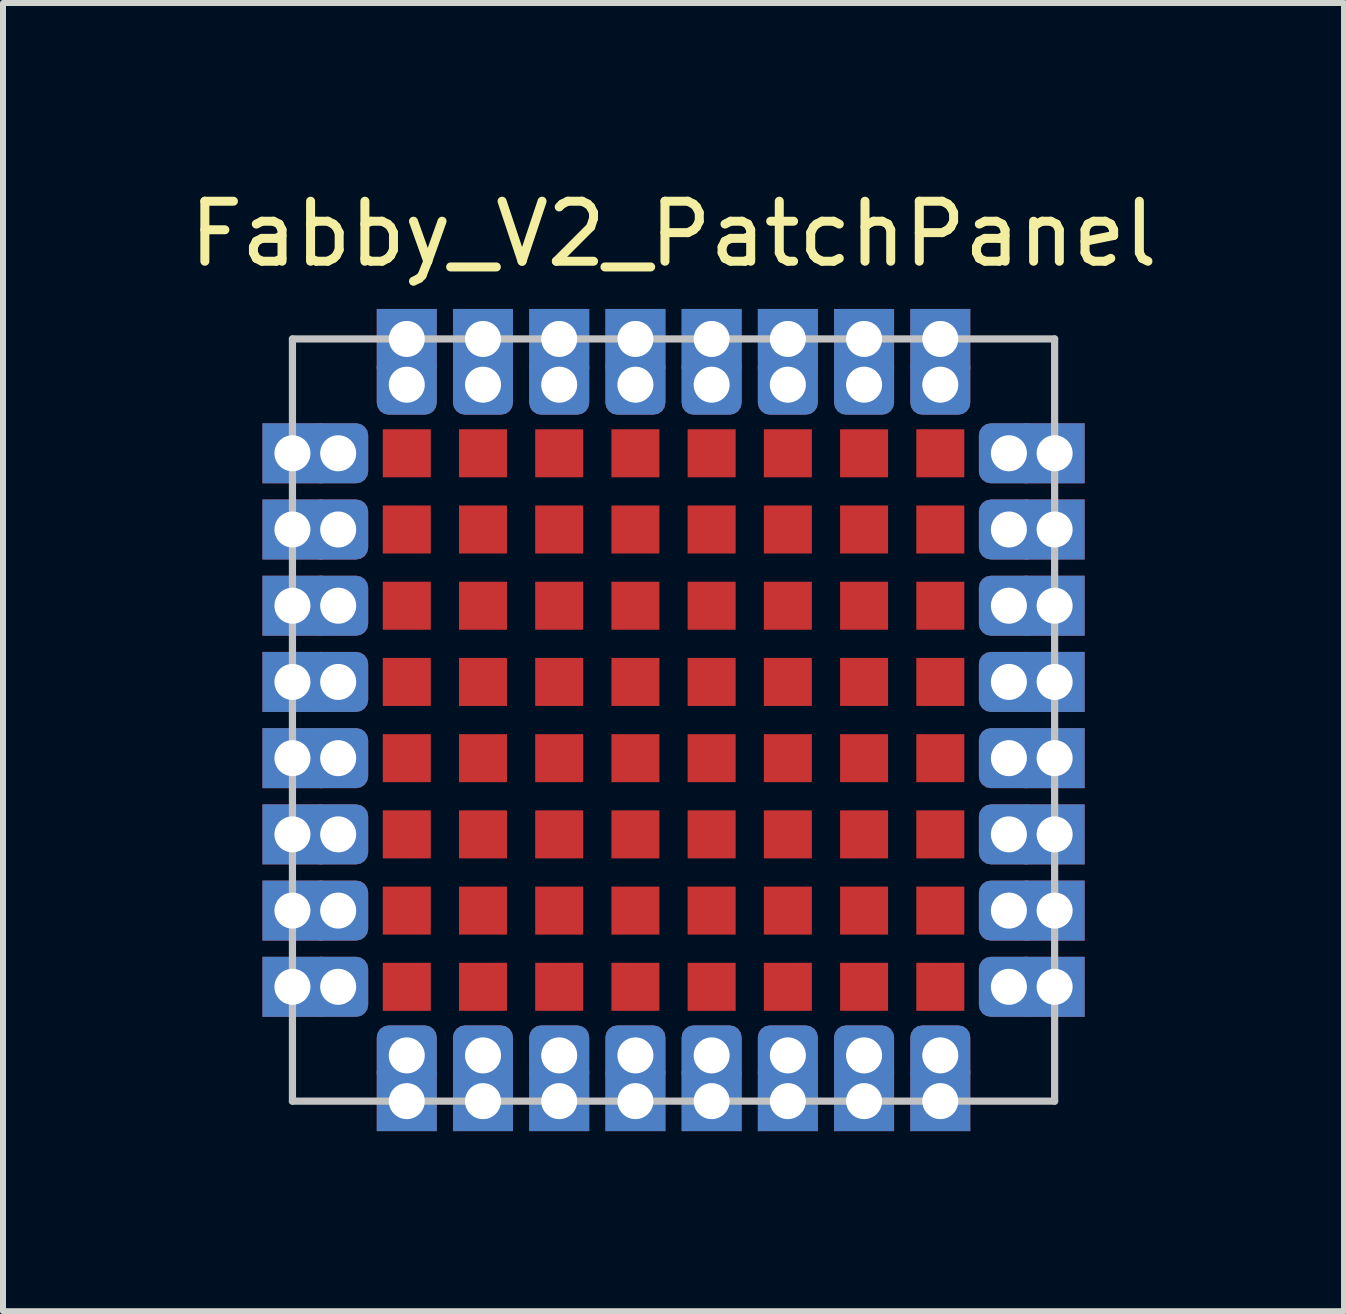
<source format=kicad_pcb>
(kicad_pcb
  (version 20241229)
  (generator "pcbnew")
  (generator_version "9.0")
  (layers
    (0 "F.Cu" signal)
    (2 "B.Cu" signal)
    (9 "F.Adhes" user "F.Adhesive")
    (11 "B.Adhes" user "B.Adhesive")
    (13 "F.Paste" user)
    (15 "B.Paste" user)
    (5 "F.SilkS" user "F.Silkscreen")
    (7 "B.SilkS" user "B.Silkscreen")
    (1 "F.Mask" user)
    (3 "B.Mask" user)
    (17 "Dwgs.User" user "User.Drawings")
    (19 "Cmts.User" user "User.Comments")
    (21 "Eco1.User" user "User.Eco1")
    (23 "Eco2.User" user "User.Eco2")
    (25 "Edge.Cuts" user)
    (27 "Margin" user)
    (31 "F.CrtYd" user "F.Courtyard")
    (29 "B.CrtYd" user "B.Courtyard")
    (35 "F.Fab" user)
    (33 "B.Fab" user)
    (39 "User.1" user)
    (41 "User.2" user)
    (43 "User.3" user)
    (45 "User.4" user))
  (footprint "Fabby_V2_PatchPanel"
    (layer "F.Cu")
    (at 8.173 8.948)
    (property "Reference" "Fabby_V2_PatchPanel" (at 0 -8.1 0) (layer "F.SilkS") (effects (font (size 1 1) (thickness 0.15))))
    (attr through_hole)
    (fp_line (start -6.35 -6.35) (end -6.35 6.35) (stroke (width 0.12) (type solid)) (layer "Dwgs.User"))
    (fp_line (start -6.35 -6.35) (end 6.35 -6.35) (stroke (width 0.12) (type solid)) (layer "Dwgs.User"))
    (fp_line (start 6.35 -6.35) (end 6.35 6.35) (stroke (width 0.12) (type solid)) (layer "Dwgs.User"))
    (fp_line (start 6.35 6.35) (end -6.35 6.35) (stroke (width 0.12) (type solid)) (layer "Dwgs.User"))
    (pad "1" thru_hole rect (at -6.35 -4.445 90) (size 1 1) (drill 0.6) (layers "*.Cu" "*.Mask"))
    (pad "1" thru_hole roundrect (at -5.588 -4.445 270) (size 1 1) (drill 0.6) (layers "*.Cu" "*.Mask") (roundrect_rratio 0.2))
    (pad "2" thru_hole rect (at -6.35 -3.175 90) (size 1 1) (drill 0.6) (layers "*.Cu" "*.Mask"))
    (pad "2" thru_hole roundrect (at -5.588 -3.175 270) (size 1 1) (drill 0.6) (layers "*.Cu" "*.Mask") (roundrect_rratio 0.2))
    (pad "3" thru_hole rect (at -6.35 -1.905 90) (size 1 1) (drill 0.6) (layers "*.Cu" "*.Mask"))
    (pad "3" thru_hole roundrect (at -5.588 -1.905 270) (size 1 1) (drill 0.6) (layers "*.Cu" "*.Mask") (roundrect_rratio 0.2))
    (pad "4" thru_hole rect (at -6.35 -0.635 90) (size 1 1) (drill 0.6) (layers "*.Cu" "*.Mask"))
    (pad "4" thru_hole roundrect (at -5.588 -0.635 270) (size 1 1) (drill 0.6) (layers "*.Cu" "*.Mask") (roundrect_rratio 0.2))
    (pad "5" thru_hole rect (at -6.35 0.635 90) (size 1 1) (drill 0.6) (layers "*.Cu" "*.Mask"))
    (pad "5" thru_hole roundrect (at -5.588 0.635 270) (size 1 1) (drill 0.6) (layers "*.Cu" "*.Mask") (roundrect_rratio 0.2))
    (pad "6" thru_hole rect (at -6.35 1.905 180) (size 1 1) (drill 0.6) (layers "*.Cu" "*.Mask"))
    (pad "6" thru_hole roundrect (at -5.588 1.905 270) (size 1 1) (drill 0.6) (layers "*.Cu" "*.Mask") (roundrect_rratio 0.2))
    (pad "7" thru_hole rect (at -6.35 3.175 90) (size 1 1) (drill 0.6) (layers "*.Cu" "*.Mask"))
    (pad "7" thru_hole roundrect (at -5.588 3.175 270) (size 1 1) (drill 0.6) (layers "*.Cu" "*.Mask") (roundrect_rratio 0.2))
    (pad "8" thru_hole rect (at -6.35 4.445 90) (size 1 1) (drill 0.6) (layers "*.Cu" "*.Mask"))
    (pad "8" thru_hole roundrect (at -5.588 4.445 270) (size 1 1) (drill 0.6) (layers "*.Cu" "*.Mask") (roundrect_rratio 0.2))
    (pad "9" thru_hole roundrect (at -4.445 5.588 270) (size 1 1) (drill 0.6) (layers "*.Cu" "*.Mask") (roundrect_rratio 0.2))
    (pad "9" thru_hole rect (at -4.445 6.35 90) (size 1 1) (drill 0.6) (layers "*.Cu" "*.Mask"))
    (pad "10" thru_hole roundrect (at -3.175 5.588 270) (size 1 1) (drill 0.6) (layers "*.Cu" "*.Mask") (roundrect_rratio 0.2))
    (pad "10" thru_hole rect (at -3.175 6.35 90) (size 1 1) (drill 0.6) (layers "*.Cu" "*.Mask"))
    (pad "11" thru_hole roundrect (at -1.905 5.588 270) (size 1 1) (drill 0.6) (layers "*.Cu" "*.Mask") (roundrect_rratio 0.2))
    (pad "11" thru_hole rect (at -1.905 6.35 90) (size 1 1) (drill 0.6) (layers "*.Cu" "*.Mask"))
    (pad "12" thru_hole roundrect (at -0.635 5.588 270) (size 1 1) (drill 0.6) (layers "*.Cu" "*.Mask") (roundrect_rratio 0.2))
    (pad "12" thru_hole rect (at -0.635 6.35 90) (size 1 1) (drill 0.6) (layers "*.Cu" "*.Mask"))
    (pad "13" thru_hole roundrect (at 0.635 5.588 270) (size 1 1) (drill 0.6) (layers "*.Cu" "*.Mask") (roundrect_rratio 0.2))
    (pad "13" thru_hole rect (at 0.635 6.35 90) (size 1 1) (drill 0.6) (layers "*.Cu" "*.Mask"))
    (pad "14" thru_hole roundrect (at 1.905 5.588 270) (size 1 1) (drill 0.6) (layers "*.Cu" "*.Mask") (roundrect_rratio 0.2))
    (pad "14" thru_hole rect (at 1.905 6.35 90) (size 1 1) (drill 0.6) (layers "*.Cu" "*.Mask"))
    (pad "15" thru_hole roundrect (at 3.175 5.588 270) (size 1 1) (drill 0.6) (layers "*.Cu" "*.Mask") (roundrect_rratio 0.2))
    (pad "15" thru_hole rect (at 3.175 6.35 90) (size 1 1) (drill 0.6) (layers "*.Cu" "*.Mask"))
    (pad "16" thru_hole roundrect (at 4.445 5.588 270) (size 1 1) (drill 0.6) (layers "*.Cu" "*.Mask") (roundrect_rratio 0.2))
    (pad "16" thru_hole rect (at 4.445 6.35 90) (size 1 1) (drill 0.6) (layers "*.Cu" "*.Mask"))
    (pad "17" thru_hole roundrect (at 5.588 4.445 180) (size 1 1) (drill 0.6) (layers "*.Cu" "*.Mask") (roundrect_rratio 0.2))
    (pad "17" thru_hole rect (at 6.35 4.445 90) (size 1 1) (drill 0.6) (layers "*.Cu" "*.Mask"))
    (pad "18" thru_hole roundrect (at 5.588 3.175 180) (size 1 1) (drill 0.6) (layers "*.Cu" "*.Mask") (roundrect_rratio 0.2))
    (pad "18" thru_hole rect (at 6.35 3.175 90) (size 1 1) (drill 0.6) (layers "*.Cu" "*.Mask"))
    (pad "19" thru_hole roundrect (at 5.588 1.905 180) (size 1 1) (drill 0.6) (layers "*.Cu" "*.Mask") (roundrect_rratio 0.2))
    (pad "19" thru_hole rect (at 6.35 1.905 90) (size 1 1) (drill 0.6) (layers "*.Cu" "*.Mask"))
    (pad "20" thru_hole roundrect (at 5.588 0.635 180) (size 1 1) (drill 0.6) (layers "*.Cu" "*.Mask") (roundrect_rratio 0.2))
    (pad "20" thru_hole rect (at 6.35 0.635 90) (size 1 1) (drill 0.6) (layers "*.Cu" "*.Mask"))
    (pad "21" thru_hole roundrect (at 5.588 -0.635 180) (size 1 1) (drill 0.6) (layers "*.Cu" "*.Mask") (roundrect_rratio 0.2))
    (pad "21" thru_hole rect (at 6.35 -0.635 90) (size 1 1) (drill 0.6) (layers "*.Cu" "*.Mask"))
    (pad "22" thru_hole roundrect (at 5.588 -1.905 180) (size 1 1) (drill 0.6) (layers "*.Cu" "*.Mask") (roundrect_rratio 0.2))
    (pad "22" thru_hole rect (at 6.35 -1.905 90) (size 1 1) (drill 0.6) (layers "*.Cu" "*.Mask"))
    (pad "23" thru_hole roundrect (at 5.588 -3.175 180) (size 1 1) (drill 0.6) (layers "*.Cu" "*.Mask") (roundrect_rratio 0.2))
    (pad "23" thru_hole rect (at 6.35 -3.175 90) (size 1 1) (drill 0.6) (layers "*.Cu" "*.Mask"))
    (pad "24" thru_hole roundrect (at 5.588 -4.445 180) (size 1 1) (drill 0.6) (layers "*.Cu" "*.Mask") (roundrect_rratio 0.2))
    (pad "24" thru_hole rect (at 6.35 -4.445 90) (size 1 1) (drill 0.6) (layers "*.Cu" "*.Mask"))
    (pad "25" thru_hole rect (at 4.445 -6.35 90) (size 1 1) (drill 0.6) (layers "*.Cu" "*.Mask"))
    (pad "25" thru_hole roundrect (at 4.445 -5.588 180) (size 1 1) (drill 0.6) (layers "*.Cu" "*.Mask") (roundrect_rratio 0.2))
    (pad "26" thru_hole rect (at 3.175 -6.35 90) (size 1 1) (drill 0.6) (layers "*.Cu" "*.Mask"))
    (pad "26" thru_hole roundrect (at 3.175 -5.588 180) (size 1 1) (drill 0.6) (layers "*.Cu" "*.Mask") (roundrect_rratio 0.2))
    (pad "27" thru_hole rect (at 1.905 -6.35 90) (size 1 1) (drill 0.6) (layers "*.Cu" "*.Mask"))
    (pad "27" thru_hole roundrect (at 1.905 -5.588 180) (size 1 1) (drill 0.6) (layers "*.Cu" "*.Mask") (roundrect_rratio 0.2))
    (pad "28" thru_hole rect (at 0.635 -6.35 90) (size 1 1) (drill 0.6) (layers "*.Cu" "*.Mask"))
    (pad "28" thru_hole roundrect (at 0.635 -5.588 180) (size 1 1) (drill 0.6) (layers "*.Cu" "*.Mask") (roundrect_rratio 0.2))
    (pad "29" thru_hole rect (at -0.635 -6.35 90) (size 1 1) (drill 0.6) (layers "*.Cu" "*.Mask"))
    (pad "29" thru_hole roundrect (at -0.635 -5.588 180) (size 1 1) (drill 0.6) (layers "*.Cu" "*.Mask") (roundrect_rratio 0.2))
    (pad "30" thru_hole rect (at -1.905 -6.35 90) (size 1 1) (drill 0.6) (layers "*.Cu" "*.Mask"))
    (pad "30" thru_hole roundrect (at -1.905 -5.588 180) (size 1 1) (drill 0.6) (layers "*.Cu" "*.Mask") (roundrect_rratio 0.2))
    (pad "31" thru_hole rect (at -3.175 -6.35 90) (size 1 1) (drill 0.6) (layers "*.Cu" "*.Mask"))
    (pad "31" thru_hole roundrect (at -3.175 -5.588 180) (size 1 1) (drill 0.6) (layers "*.Cu" "*.Mask") (roundrect_rratio 0.2))
    (pad "32" thru_hole rect (at -4.445 -6.35 90) (size 1 1) (drill 0.6) (layers "*.Cu" "*.Mask"))
    (pad "32" thru_hole roundrect (at -4.445 -5.588 180) (size 1 1) (drill 0.6) (layers "*.Cu" "*.Mask") (roundrect_rratio 0.2))
    (pad "33" smd rect (at -4.445 -4.445) (size 0.8 0.8) (layers "F.Cu" "F.Mask" "F.Paste"))
    (pad "34" smd rect (at -3.175 -4.445) (size 0.8 0.8) (layers "F.Cu" "F.Mask" "F.Paste"))
    (pad "35" smd rect (at -1.905 -4.445) (size 0.8 0.8) (layers "F.Cu" "F.Mask" "F.Paste"))
    (pad "36" smd rect (at -0.635 -4.445) (size 0.8 0.8) (layers "F.Cu" "F.Mask" "F.Paste"))
    (pad "37" smd rect (at 0.635 -4.445) (size 0.8 0.8) (layers "F.Cu" "F.Mask" "F.Paste"))
    (pad "38" smd rect (at 1.905 -4.445) (size 0.8 0.8) (layers "F.Cu" "F.Mask" "F.Paste"))
    (pad "39" smd rect (at 3.175 -4.445) (size 0.8 0.8) (layers "F.Cu" "F.Mask" "F.Paste"))
    (pad "40" smd rect (at 4.445 -4.445) (size 0.8 0.8) (layers "F.Cu" "F.Mask" "F.Paste"))
    (pad "41" smd rect (at -4.445 -3.175) (size 0.8 0.8) (layers "F.Cu" "F.Mask" "F.Paste"))
    (pad "42" smd rect (at -3.175 -3.175) (size 0.8 0.8) (layers "F.Cu" "F.Mask" "F.Paste"))
    (pad "43" smd rect (at -1.905 -3.175) (size 0.8 0.8) (layers "F.Cu" "F.Mask" "F.Paste"))
    (pad "44" smd rect (at -0.635 -3.175) (size 0.8 0.8) (layers "F.Cu" "F.Mask" "F.Paste"))
    (pad "45" smd rect (at 0.635 -3.175) (size 0.8 0.8) (layers "F.Cu" "F.Mask" "F.Paste"))
    (pad "46" smd rect (at 1.905 -3.175) (size 0.8 0.8) (layers "F.Cu" "F.Mask" "F.Paste"))
    (pad "47" smd rect (at 3.175 -3.175) (size 0.8 0.8) (layers "F.Cu" "F.Mask" "F.Paste"))
    (pad "48" smd rect (at 4.445 -3.175) (size 0.8 0.8) (layers "F.Cu" "F.Mask" "F.Paste"))
    (pad "49" smd rect (at -4.445 -1.905) (size 0.8 0.8) (layers "F.Cu" "F.Mask" "F.Paste"))
    (pad "50" smd rect (at -3.175 -1.905) (size 0.8 0.8) (layers "F.Cu" "F.Mask" "F.Paste"))
    (pad "51" smd rect (at -1.905 -1.905) (size 0.8 0.8) (layers "F.Cu" "F.Mask" "F.Paste"))
    (pad "52" smd rect (at -0.635 -1.905) (size 0.8 0.8) (layers "F.Cu" "F.Mask" "F.Paste"))
    (pad "53" smd rect (at 0.635 -1.905) (size 0.8 0.8) (layers "F.Cu" "F.Mask" "F.Paste"))
    (pad "54" smd rect (at 1.905 -1.905) (size 0.8 0.8) (layers "F.Cu" "F.Mask" "F.Paste"))
    (pad "55" smd rect (at 3.175 -1.905) (size 0.8 0.8) (layers "F.Cu" "F.Mask" "F.Paste"))
    (pad "56" smd rect (at 4.445 -1.905) (size 0.8 0.8) (layers "F.Cu" "F.Mask" "F.Paste"))
    (pad "57" smd rect (at -4.445 -0.635) (size 0.8 0.8) (layers "F.Cu" "F.Mask" "F.Paste"))
    (pad "58" smd rect (at -3.175 -0.635) (size 0.8 0.8) (layers "F.Cu" "F.Mask" "F.Paste"))
    (pad "59" smd rect (at -1.905 -0.635) (size 0.8 0.8) (layers "F.Cu" "F.Mask" "F.Paste"))
    (pad "60" smd rect (at -0.635 -0.635) (size 0.8 0.8) (layers "F.Cu" "F.Mask" "F.Paste"))
    (pad "61" smd rect (at 0.635 -0.635) (size 0.8 0.8) (layers "F.Cu" "F.Mask" "F.Paste"))
    (pad "62" smd rect (at 1.905 -0.635) (size 0.8 0.8) (layers "F.Cu" "F.Mask" "F.Paste"))
    (pad "63" smd rect (at 3.175 -0.635) (size 0.8 0.8) (layers "F.Cu" "F.Mask" "F.Paste"))
    (pad "64" smd rect (at 4.445 -0.635) (size 0.8 0.8) (layers "F.Cu" "F.Mask" "F.Paste"))
    (pad "65" smd rect (at -4.445 0.635) (size 0.8 0.8) (layers "F.Cu" "F.Mask" "F.Paste"))
    (pad "66" smd rect (at -3.175 0.635) (size 0.8 0.8) (layers "F.Cu" "F.Mask" "F.Paste"))
    (pad "67" smd rect (at -1.905 0.635) (size 0.8 0.8) (layers "F.Cu" "F.Mask" "F.Paste"))
    (pad "68" smd rect (at -0.635 0.635) (size 0.8 0.8) (layers "F.Cu" "F.Mask" "F.Paste"))
    (pad "69" smd rect (at 0.635 0.635) (size 0.8 0.8) (layers "F.Cu" "F.Mask" "F.Paste"))
    (pad "70" smd rect (at 1.905 0.635) (size 0.8 0.8) (layers "F.Cu" "F.Mask" "F.Paste"))
    (pad "71" smd rect (at 3.175 0.635) (size 0.8 0.8) (layers "F.Cu" "F.Mask" "F.Paste"))
    (pad "72" smd rect (at 4.445 0.635) (size 0.8 0.8) (layers "F.Cu" "F.Mask" "F.Paste"))
    (pad "73" smd rect (at -4.445 1.905) (size 0.8 0.8) (layers "F.Cu" "F.Mask" "F.Paste"))
    (pad "74" smd rect (at -3.175 1.905) (size 0.8 0.8) (layers "F.Cu" "F.Mask" "F.Paste"))
    (pad "75" smd rect (at -1.905 1.905) (size 0.8 0.8) (layers "F.Cu" "F.Mask" "F.Paste"))
    (pad "76" smd rect (at -0.635 1.905) (size 0.8 0.8) (layers "F.Cu" "F.Mask" "F.Paste"))
    (pad "77" smd rect (at 0.635 1.905) (size 0.8 0.8) (layers "F.Cu" "F.Mask" "F.Paste"))
    (pad "78" smd rect (at 1.905 1.905) (size 0.8 0.8) (layers "F.Cu" "F.Mask" "F.Paste"))
    (pad "79" smd rect (at 3.175 1.905) (size 0.8 0.8) (layers "F.Cu" "F.Mask" "F.Paste"))
    (pad "80" smd rect (at 4.445 1.905) (size 0.8 0.8) (layers "F.Cu" "F.Mask" "F.Paste"))
    (pad "81" smd rect (at -4.445 3.175) (size 0.8 0.8) (layers "F.Cu" "F.Mask" "F.Paste"))
    (pad "82" smd rect (at -3.175 3.175) (size 0.8 0.8) (layers "F.Cu" "F.Mask" "F.Paste"))
    (pad "83" smd rect (at -1.905 3.175) (size 0.8 0.8) (layers "F.Cu" "F.Mask" "F.Paste"))
    (pad "84" smd rect (at -0.635 3.175) (size 0.8 0.8) (layers "F.Cu" "F.Mask" "F.Paste"))
    (pad "85" smd rect (at 0.635 3.175) (size 0.8 0.8) (layers "F.Cu" "F.Mask" "F.Paste"))
    (pad "86" smd rect (at 1.905 3.175) (size 0.8 0.8) (layers "F.Cu" "F.Mask" "F.Paste"))
    (pad "87" smd rect (at 3.175 3.175) (size 0.8 0.8) (layers "F.Cu" "F.Mask" "F.Paste"))
    (pad "88" smd rect (at 4.445 3.175) (size 0.8 0.8) (layers "F.Cu" "F.Mask" "F.Paste"))
    (pad "89" smd rect (at -4.445 4.445) (size 0.8 0.8) (layers "F.Cu" "F.Mask" "F.Paste"))
    (pad "90" smd rect (at -3.175 4.445) (size 0.8 0.8) (layers "F.Cu" "F.Mask" "F.Paste"))
    (pad "91" smd rect (at -1.905 4.445) (size 0.8 0.8) (layers "F.Cu" "F.Mask" "F.Paste"))
    (pad "92" smd rect (at -0.635 4.445) (size 0.8 0.8) (layers "F.Cu" "F.Mask" "F.Paste"))
    (pad "93" smd rect (at 0.635 4.445) (size 0.8 0.8) (layers "F.Cu" "F.Mask" "F.Paste"))
    (pad "94" smd rect (at 1.905 4.445) (size 0.8 0.8) (layers "F.Cu" "F.Mask" "F.Paste"))
    (pad "95" smd rect (at 3.175 4.445) (size 0.8 0.8) (layers "F.Cu" "F.Mask" "F.Paste"))
    (pad "96" smd rect (at 4.445 4.445) (size 0.8 0.8) (layers "F.Cu" "F.Mask" "F.Paste")))
  (gr_rect
    (start -3 -3)
    (end 19.345 18.798)
    (stroke (width 0.1) (type default))
    (fill no)
    (layer "Edge.Cuts")))
</source>
